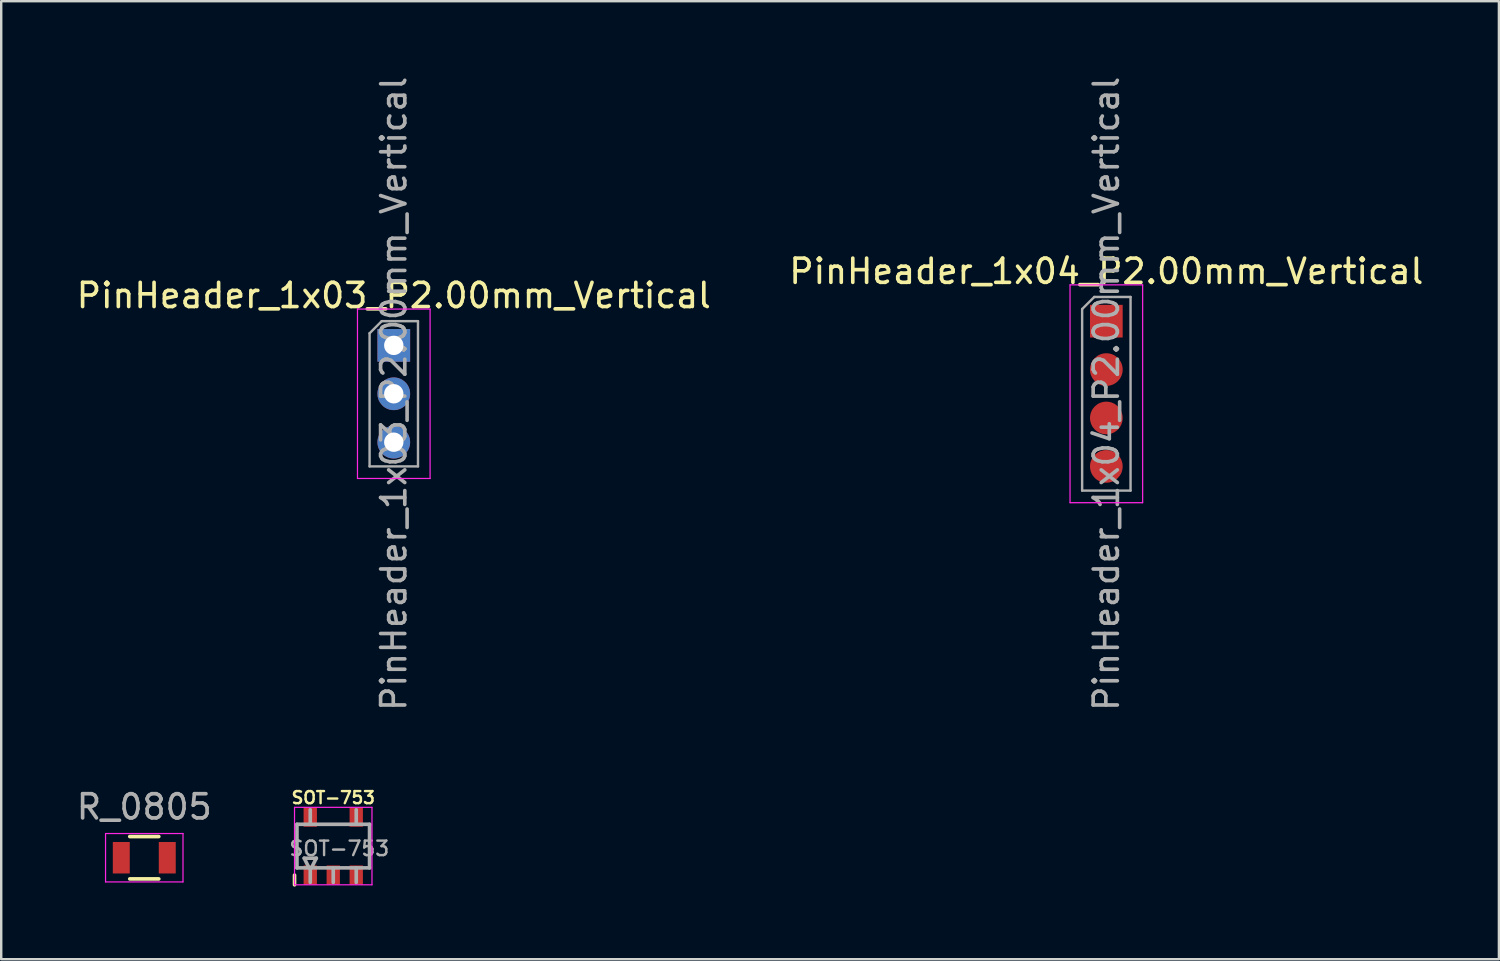
<source format=kicad_pcb>
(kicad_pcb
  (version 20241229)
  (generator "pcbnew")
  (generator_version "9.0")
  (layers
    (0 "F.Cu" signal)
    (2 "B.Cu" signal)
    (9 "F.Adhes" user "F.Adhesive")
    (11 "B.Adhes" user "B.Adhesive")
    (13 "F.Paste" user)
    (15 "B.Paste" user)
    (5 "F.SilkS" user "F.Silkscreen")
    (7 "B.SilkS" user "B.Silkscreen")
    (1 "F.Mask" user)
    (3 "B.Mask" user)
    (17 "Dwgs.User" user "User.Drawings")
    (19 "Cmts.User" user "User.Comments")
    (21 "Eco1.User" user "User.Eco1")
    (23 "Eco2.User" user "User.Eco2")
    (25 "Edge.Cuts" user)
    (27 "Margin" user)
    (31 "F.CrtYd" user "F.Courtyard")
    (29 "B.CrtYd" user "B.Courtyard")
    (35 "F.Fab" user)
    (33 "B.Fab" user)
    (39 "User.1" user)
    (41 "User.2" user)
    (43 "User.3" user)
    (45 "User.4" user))
  (footprint "PinHeader_1x04_P2.00mm_Vertical"
    (layer "F.Cu")
    (at 42.661 10.22)
    (property "Reference" "PinHeader_1x04_P2.00mm_Vertical" (at 0 -2.06 180) (layer "F.SilkS") (effects (font (size 1 1) (thickness 0.15))))
    (attr through_hole)
    (fp_line (start -1.5 -1.5) (end -1.5 7.5) (stroke (width 0.05) (type solid)) (layer "F.CrtYd"))
    (fp_line (start -1.5 7.5) (end 1.5 7.5) (stroke (width 0.05) (type solid)) (layer "F.CrtYd"))
    (fp_line (start 1.5 -1.5) (end -1.5 -1.5) (stroke (width 0.05) (type solid)) (layer "F.CrtYd"))
    (fp_line (start 1.5 7.5) (end 1.5 -1.5) (stroke (width 0.05) (type solid)) (layer "F.CrtYd"))
    (fp_line (start -1 -0.5) (end -0.5 -1) (stroke (width 0.1) (type solid)) (layer "F.Fab"))
    (fp_line (start -1 7) (end -1 -0.5) (stroke (width 0.1) (type solid)) (layer "F.Fab"))
    (fp_line (start -0.5 -1) (end 1 -1) (stroke (width 0.1) (type solid)) (layer "F.Fab"))
    (fp_line (start 1 -1) (end 1 7) (stroke (width 0.1) (type solid)) (layer "F.Fab"))
    (fp_line (start 1 7) (end -1 7) (stroke (width 0.1) (type solid)) (layer "F.Fab"))
    (fp_text user "${REFERENCE}" (at 0 3 90) (layer "F.Fab") (effects (font (size 1 1) (thickness 0.15))))
    (pad "1" smd rect (at 0 0) (size 1.35 1.35) (layers "F.Cu" "F.Mask" "F.Paste"))
    (pad "2" smd oval (at 0 2) (size 1.35 1.35) (layers "F.Cu" "F.Mask" "F.Paste"))
    (pad "3" smd oval (at 0 4) (size 1.35 1.35) (layers "F.Cu" "F.Mask" "F.Paste"))
    (pad "4" smd oval (at 0 6) (size 1.35 1.35) (layers "F.Cu" "F.Mask" "F.Paste")))
  (footprint "PinHeader_1x03_P2.00mm_Vertical"
    (layer "F.Cu")
    (at 13.22 11.22)
    (property "Reference" "PinHeader_1x03_P2.00mm_Vertical" (at 0 -2.06 0) (layer "F.SilkS") (effects (font (size 1 1) (thickness 0.15))))
    (attr through_hole)
    (fp_line (start -1.5 -1.5) (end -1.5 5.5) (stroke (width 0.05) (type solid)) (layer "F.CrtYd"))
    (fp_line (start -1.5 5.5) (end 1.5 5.5) (stroke (width 0.05) (type solid)) (layer "F.CrtYd"))
    (fp_line (start 1.5 -1.5) (end -1.5 -1.5) (stroke (width 0.05) (type solid)) (layer "F.CrtYd"))
    (fp_line (start 1.5 5.5) (end 1.5 -1.5) (stroke (width 0.05) (type solid)) (layer "F.CrtYd"))
    (fp_line (start -1 -0.5) (end -0.5 -1) (stroke (width 0.1) (type solid)) (layer "F.Fab"))
    (fp_line (start -1 5) (end -1 -0.5) (stroke (width 0.1) (type solid)) (layer "F.Fab"))
    (fp_line (start -0.5 -1) (end 1 -1) (stroke (width 0.1) (type solid)) (layer "F.Fab"))
    (fp_line (start 1 -1) (end 1 5) (stroke (width 0.1) (type solid)) (layer "F.Fab"))
    (fp_line (start 1 5) (end -1 5) (stroke (width 0.1) (type solid)) (layer "F.Fab"))
    (fp_text user "${REFERENCE}" (at 0 2 90) (layer "F.Fab") (effects (font (size 1 1) (thickness 0.15))))
    (pad "1" thru_hole rect (at 0 0) (size 1.35 1.35) (drill 0.8) (layers "*.Cu" "*.Mask"))
    (pad "2" thru_hole oval (at 0 2) (size 1.35 1.35) (drill 0.8) (layers "*.Cu" "*.Mask"))
    (pad "3" thru_hole oval (at 0 4) (size 1.35 1.35) (drill 0.8) (layers "*.Cu" "*.Mask")))
  (footprint "SOT-753"
    (layer "F.Cu")
    (at 10.719 31.908)
    (property "Reference" "SOT-753" (at 0 -2 0) (layer "F.SilkS") (effects (font (size 0.5 0.5) (thickness 0.1))))
    (attr smd)
    (fp_line (start -1.6 1.2) (end -1.6 1.6) (stroke (width 0.15) (type solid)) (layer "F.SilkS"))
    (fp_line (start -1.6 -1.6) (end -1.6 1.6) (stroke (width 0.05) (type solid)) (layer "F.CrtYd"))
    (fp_line (start -1.6 -1.6) (end 1.6 -1.6) (stroke (width 0.05) (type solid)) (layer "F.CrtYd"))
    (fp_line (start -1.6 1.6) (end 1.6 1.6) (stroke (width 0.05) (type solid)) (layer "F.CrtYd"))
    (fp_line (start 1.6 -1.6) (end 1.6 1.6) (stroke (width 0.05) (type solid)) (layer "F.CrtYd"))
    (fp_line (start -1.5 -0.9) (end -1.5 0.9) (stroke (width 0.15) (type solid)) (layer "F.Fab"))
    (fp_line (start -1.5 0.9) (end 1.5 0.9) (stroke (width 0.15) (type solid)) (layer "F.Fab"))
    (fp_line (start -1.2 0.5) (end -0.7 0.5) (stroke (width 0.15) (type solid)) (layer "F.Fab"))
    (fp_line (start -1 0.9) (end -1.2 0.5) (stroke (width 0.15) (type solid)) (layer "F.Fab"))
    (fp_line (start -0.95 -1.5) (end -0.95 -0.9) (stroke (width 0.15) (type solid)) (layer "F.Fab"))
    (fp_line (start -0.95 1.5) (end -0.95 0.9) (stroke (width 0.15) (type solid)) (layer "F.Fab"))
    (fp_line (start -0.7 0.5) (end -0.9 0.9) (stroke (width 0.15) (type solid)) (layer "F.Fab"))
    (fp_line (start 0 1.5) (end 0 0.9) (stroke (width 0.15) (type solid)) (layer "F.Fab"))
    (fp_line (start 0.95 -1.5) (end 0.95 -0.9) (stroke (width 0.15) (type solid)) (layer "F.Fab"))
    (fp_line (start 0.95 1.5) (end 0.95 0.9) (stroke (width 0.15) (type solid)) (layer "F.Fab"))
    (fp_line (start 1.5 -0.9) (end -1.5 -0.9) (stroke (width 0.15) (type solid)) (layer "F.Fab"))
    (fp_line (start 1.5 0.9) (end 1.5 -0.9) (stroke (width 0.15) (type solid)) (layer "F.Fab"))
    (fp_text user "${REFERENCE}" (at 0.25 0.1 0) (layer "F.Fab") (effects (font (size 0.6 0.6) (thickness 0.1))))
    (pad "1" smd rect (at -0.95 1.2) (size 0.55 0.8) (layers "F.Cu" "F.Mask" "F.Paste"))
    (pad "2" smd rect (at 0 1.2) (size 0.55 0.8) (layers "F.Cu" "F.Mask" "F.Paste"))
    (pad "3" smd rect (at 0.95 1.2) (size 0.55 0.8) (layers "F.Cu" "F.Mask" "F.Paste"))
    (pad "4" smd rect (at 0.95 -1.2) (size 0.55 0.8) (layers "F.Cu" "F.Mask" "F.Paste"))
    (pad "5" smd rect (at -0.95 -1.2) (size 0.55 0.8) (layers "F.Cu" "F.Mask" "F.Paste")))
  (footprint "R_0805"
    (layer "F.Cu")
    (at 2.911 32.389)
    (property "Reference" "R_0805" (at 0 -2.1 0) (layer "F.Fab") (effects (font (size 1 1) (thickness 0.15))))
    (attr smd)
    (fp_line (start -0.6 -0.875) (end 0.6 -0.875) (stroke (width 0.15) (type solid)) (layer "F.SilkS"))
    (fp_line (start 0.6 0.875) (end -0.6 0.875) (stroke (width 0.15) (type solid)) (layer "F.SilkS"))
    (fp_line (start -1.6 -1) (end -1.6 1) (stroke (width 0.05) (type solid)) (layer "F.CrtYd"))
    (fp_line (start -1.6 -1) (end 1.6 -1) (stroke (width 0.05) (type solid)) (layer "F.CrtYd"))
    (fp_line (start -1.6 1) (end 1.6 1) (stroke (width 0.05) (type solid)) (layer "F.CrtYd"))
    (fp_line (start 1.6 -1) (end 1.6 1) (stroke (width 0.05) (type solid)) (layer "F.CrtYd"))
    (pad "1" smd rect (at -0.95 0) (size 0.7 1.3) (layers "F.Cu" "F.Mask" "F.Paste"))
    (pad "2" smd rect (at 0.95 0) (size 0.7 1.3) (layers "F.Cu" "F.Mask" "F.Paste")))
  (gr_rect
    (start -3 -3)
    (end 58.881 36.583)
    (stroke (width 0.1) (type default))
    (fill no)
    (layer "Edge.Cuts")))
</source>
